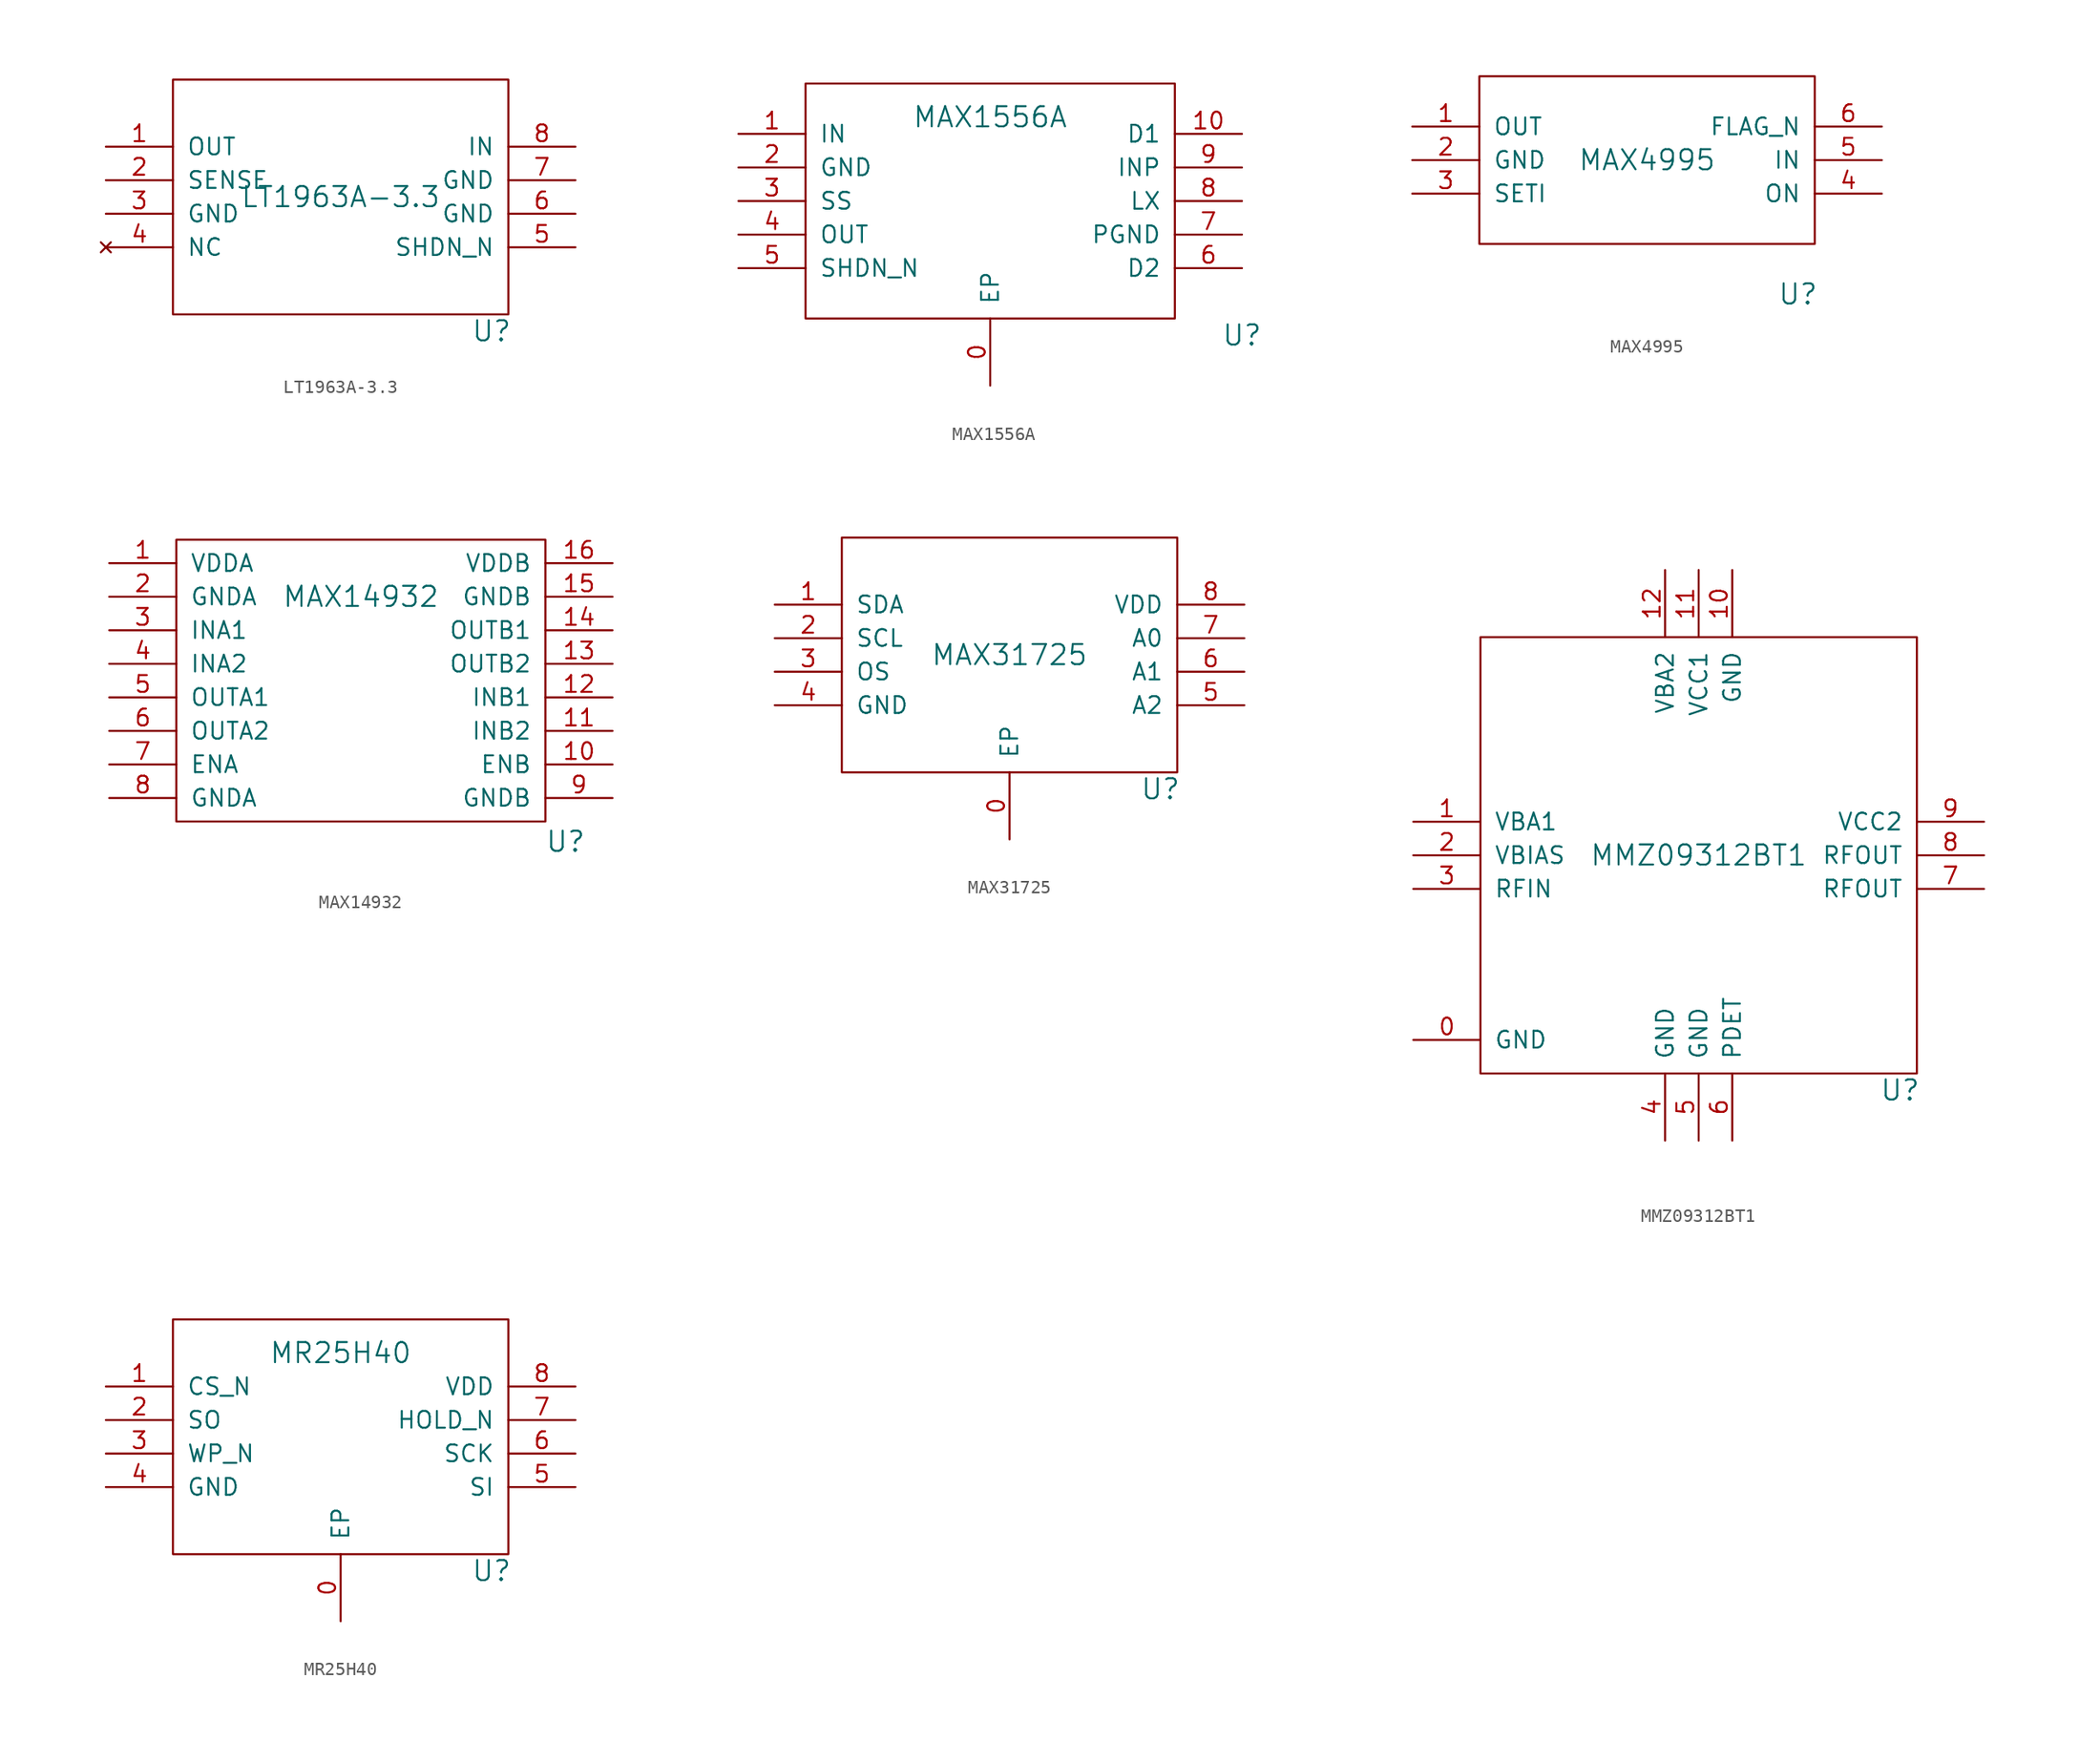
<source format=kicad_sym>
(kicad_symbol_lib
  (version 20220914)
  (generator kicad_symbol_editor)
  (symbol "LT1963A-3.3"
    (pin_names
      (offset 1.016))
    (property "Reference" "U"
      (at 11.43 -10.16 0)
      (effects (font (size 1.524 1.524))))
    (property "Value" "LT1963A-3.3"
      (at 0 0 0)
      (effects (font (size 1.524 1.524))))
    (symbol "LT1963A-3.3_0_1"
      (rectangle (start -12.7 8.89) (end 12.7 -8.89) (stroke (width 0) (type solid)) (fill (type none))))
    (symbol "LT1963A-3.3_1_1"
      (pin power_out line (at -17.78 3.81 0) (length 5.08) (name "OUT" (effects (font (size 1.27 1.27)))) (number "1" (effects (font (size 1.27 1.27)))))
      (pin input line (at -17.78 1.27 0) (length 5.08) (name "SENSE" (effects (font (size 1.27 1.27)))) (number "2" (effects (font (size 1.27 1.27)))))
      (pin power_in line (at -17.78 -1.27 0) (length 5.08) (name "GND" (effects (font (size 1.27 1.27)))) (number "3" (effects (font (size 1.27 1.27)))))
      (pin no_connect line (at -17.78 -3.81 0) (length 5.08) (name "NC" (effects (font (size 1.27 1.27)))) (number "4" (effects (font (size 1.27 1.27)))))
      (pin input line (at 17.78 -3.81 180) (length 5.08) (name "SHDN_N" (effects (font (size 1.27 1.27)))) (number "5" (effects (font (size 1.27 1.27)))))
      (pin power_in line (at 17.78 -1.27 180) (length 5.08) (name "GND" (effects (font (size 1.27 1.27)))) (number "6" (effects (font (size 1.27 1.27)))))
      (pin power_in line (at 17.78 1.27 180) (length 5.08) (name "GND" (effects (font (size 1.27 1.27)))) (number "7" (effects (font (size 1.27 1.27)))))
      (pin power_in line (at 17.78 3.81 180) (length 5.08) (name "IN" (effects (font (size 1.27 1.27)))) (number "8" (effects (font (size 1.27 1.27)))))))
  (symbol "MAX1556A"
    (pin_names
      (offset 1.016))
    (property "Reference" "U"
      (at 19.05 -10.16 0)
      (effects (font (size 1.524 1.524))))
    (property "Value" "MAX1556A"
      (at 0 6.35 0)
      (effects (font (size 1.524 1.524))))
    (symbol "MAX1556A_0_1"
      (rectangle (start -13.97 8.89) (end 13.97 -8.89) (stroke (width 0) (type solid)) (fill (type none))))
    (symbol "MAX1556A_1_1"
      (pin power_in line (at 0 -13.97 90) (length 5.08) (name "EP" (effects (font (size 1.27 1.27)))) (number "0" (effects (font (size 1.27 1.27)))))
      (pin power_in line (at -19.05 5.08 0) (length 5.08) (name "IN" (effects (font (size 1.27 1.27)))) (number "1" (effects (font (size 1.27 1.27)))))
      (pin input line (at 19.05 5.08 180) (length 5.08) (name "D1" (effects (font (size 1.27 1.27)))) (number "10" (effects (font (size 1.27 1.27)))))
      (pin power_in line (at -19.05 2.54 0) (length 5.08) (name "GND" (effects (font (size 1.27 1.27)))) (number "2" (effects (font (size 1.27 1.27)))))
      (pin passive line (at -19.05 0 0) (length 5.08) (name "SS" (effects (font (size 1.27 1.27)))) (number "3" (effects (font (size 1.27 1.27)))))
      (pin power_out line (at -19.05 -2.54 0) (length 5.08) (name "OUT" (effects (font (size 1.27 1.27)))) (number "4" (effects (font (size 1.27 1.27)))))
      (pin input line (at -19.05 -5.08 0) (length 5.08) (name "SHDN_N" (effects (font (size 1.27 1.27)))) (number "5" (effects (font (size 1.27 1.27)))))
      (pin input line (at 19.05 -5.08 180) (length 5.08) (name "D2" (effects (font (size 1.27 1.27)))) (number "6" (effects (font (size 1.27 1.27)))))
      (pin power_in line (at 19.05 -2.54 180) (length 5.08) (name "PGND" (effects (font (size 1.27 1.27)))) (number "7" (effects (font (size 1.27 1.27)))))
      (pin passive line (at 19.05 0 180) (length 5.08) (name "LX" (effects (font (size 1.27 1.27)))) (number "8" (effects (font (size 1.27 1.27)))))
      (pin power_in line (at 19.05 2.54 180) (length 5.08) (name "INP" (effects (font (size 1.27 1.27)))) (number "9" (effects (font (size 1.27 1.27)))))))
  (symbol "MAX4995"
    (pin_names
      (offset 1.016))
    (property "Reference" "U"
      (at 11.43 -10.16 0)
      (effects (font (size 1.524 1.524))))
    (property "Value" "MAX4995"
      (at 0 0 0)
      (effects (font (size 1.524 1.524))))
    (symbol "MAX4995_0_1"
      (rectangle (start -12.7 6.35) (end 12.7 -6.35) (stroke (width 0) (type solid)) (fill (type none))))
    (symbol "MAX4995_1_1"
      (pin power_out line (at -17.78 2.54 0) (length 5.08) (name "OUT" (effects (font (size 1.27 1.27)))) (number "1" (effects (font (size 1.27 1.27)))))
      (pin power_in line (at -17.78 0 0) (length 5.08) (name "GND" (effects (font (size 1.27 1.27)))) (number "2" (effects (font (size 1.27 1.27)))))
      (pin passive line (at -17.78 -2.54 0) (length 5.08) (name "SETI" (effects (font (size 1.27 1.27)))) (number "3" (effects (font (size 1.27 1.27)))))
      (pin input line (at 17.78 -2.54 180) (length 5.08) (name "ON" (effects (font (size 1.27 1.27)))) (number "4" (effects (font (size 1.27 1.27)))))
      (pin power_in line (at 17.78 0 180) (length 5.08) (name "IN" (effects (font (size 1.27 1.27)))) (number "5" (effects (font (size 1.27 1.27)))))
      (pin open_collector line (at 17.78 2.54 180) (length 5.08) (name "FLAG_N" (effects (font (size 1.27 1.27)))) (number "6" (effects (font (size 1.27 1.27)))))))
  (symbol "MAX14932"
    (pin_names
      (offset 1.016))
    (property "Reference" "U"
      (at 15.494 -12.192 0)
      (effects (font (size 1.524 1.524))))
    (property "Value" "MAX14932"
      (at 0 6.35 0)
      (effects (font (size 1.524 1.524))))
    (symbol "MAX14932_0_1"
      (rectangle (start -13.97 10.668) (end 13.97 -10.668) (stroke (width 0) (type solid)) (fill (type none))))
    (symbol "MAX14932_1_1"
      (pin power_in line (at -19.05 8.89 0) (length 5.08) (name "VDDA" (effects (font (size 1.27 1.27)))) (number "1" (effects (font (size 1.27 1.27)))))
      (pin passive line (at 19.05 -6.35 180) (length 5.08) (name "ENB" (effects (font (size 1.27 1.27)))) (number "10" (effects (font (size 1.27 1.27)))))
      (pin passive line (at 19.05 -3.81 180) (length 5.08) (name "INB2" (effects (font (size 1.27 1.27)))) (number "11" (effects (font (size 1.27 1.27)))))
      (pin passive line (at 19.05 -1.27 180) (length 5.08) (name "INB1" (effects (font (size 1.27 1.27)))) (number "12" (effects (font (size 1.27 1.27)))))
      (pin passive line (at 19.05 1.27 180) (length 5.08) (name "OUTB2" (effects (font (size 1.27 1.27)))) (number "13" (effects (font (size 1.27 1.27)))))
      (pin passive line (at 19.05 3.81 180) (length 5.08) (name "OUTB1" (effects (font (size 1.27 1.27)))) (number "14" (effects (font (size 1.27 1.27)))))
      (pin power_in line (at 19.05 6.35 180) (length 5.08) (name "GNDB" (effects (font (size 1.27 1.27)))) (number "15" (effects (font (size 1.27 1.27)))))
      (pin power_in line (at 19.05 8.89 180) (length 5.08) (name "VDDB" (effects (font (size 1.27 1.27)))) (number "16" (effects (font (size 1.27 1.27)))))
      (pin power_in line (at -19.05 6.35 0) (length 5.08) (name "GNDA" (effects (font (size 1.27 1.27)))) (number "2" (effects (font (size 1.27 1.27)))))
      (pin passive line (at -19.05 3.81 0) (length 5.08) (name "INA1" (effects (font (size 1.27 1.27)))) (number "3" (effects (font (size 1.27 1.27)))))
      (pin passive line (at -19.05 1.27 0) (length 5.08) (name "INA2" (effects (font (size 1.27 1.27)))) (number "4" (effects (font (size 1.27 1.27)))))
      (pin passive line (at -19.05 -1.27 0) (length 5.08) (name "OUTA1" (effects (font (size 1.27 1.27)))) (number "5" (effects (font (size 1.27 1.27)))))
      (pin passive line (at -19.05 -3.81 0) (length 5.08) (name "OUTA2" (effects (font (size 1.27 1.27)))) (number "6" (effects (font (size 1.27 1.27)))))
      (pin passive line (at -19.05 -6.35 0) (length 5.08) (name "ENA" (effects (font (size 1.27 1.27)))) (number "7" (effects (font (size 1.27 1.27)))))
      (pin power_in line (at -19.05 -8.89 0) (length 5.08) (name "GNDA" (effects (font (size 1.27 1.27)))) (number "8" (effects (font (size 1.27 1.27)))))
      (pin power_in line (at 19.05 -8.89 180) (length 5.08) (name "GNDB" (effects (font (size 1.27 1.27)))) (number "9" (effects (font (size 1.27 1.27)))))))
  (symbol "MAX31725"
    (pin_names
      (offset 1.016))
    (property "Reference" "U"
      (at 11.43 -10.16 0)
      (effects (font (size 1.524 1.524))))
    (property "Value" "MAX31725"
      (at 0 0 0)
      (effects (font (size 1.524 1.524))))
    (symbol "MAX31725_0_1"
      (rectangle (start -12.7 8.89) (end 12.7 -8.89) (stroke (width 0) (type solid)) (fill (type none))))
    (symbol "MAX31725_1_1"
      (pin input line (at 0 -13.97 90) (length 5.08) (name "EP" (effects (font (size 1.27 1.27)))) (number "0" (effects (font (size 1.27 1.27)))))
      (pin input line (at -17.78 3.81 0) (length 5.08) (name "SDA" (effects (font (size 1.27 1.27)))) (number "1" (effects (font (size 1.27 1.27)))))
      (pin input line (at -17.78 1.27 0) (length 5.08) (name "SCL" (effects (font (size 1.27 1.27)))) (number "2" (effects (font (size 1.27 1.27)))))
      (pin input line (at -17.78 -1.27 0) (length 5.08) (name "OS" (effects (font (size 1.27 1.27)))) (number "3" (effects (font (size 1.27 1.27)))))
      (pin input line (at -17.78 -3.81 0) (length 5.08) (name "GND" (effects (font (size 1.27 1.27)))) (number "4" (effects (font (size 1.27 1.27)))))
      (pin input line (at 17.78 -3.81 180) (length 5.08) (name "A2" (effects (font (size 1.27 1.27)))) (number "5" (effects (font (size 1.27 1.27)))))
      (pin input line (at 17.78 -1.27 180) (length 5.08) (name "A1" (effects (font (size 1.27 1.27)))) (number "6" (effects (font (size 1.27 1.27)))))
      (pin input line (at 17.78 1.27 180) (length 5.08) (name "A0" (effects (font (size 1.27 1.27)))) (number "7" (effects (font (size 1.27 1.27)))))
      (pin input line (at 17.78 3.81 180) (length 5.08) (name "VDD" (effects (font (size 1.27 1.27)))) (number "8" (effects (font (size 1.27 1.27)))))))
  (symbol "MMZ09312BT1"
    (pin_names
      (offset 1.016))
    (property "Reference" "U"
      (at 15.24 -17.78 0)
      (effects (font (size 1.524 1.524))))
    (property "Value" "MMZ09312BT1"
      (at 0 0 0)
      (effects (font (size 1.524 1.524))))
    (symbol "MMZ09312BT1_0_1"
      (rectangle (start -16.51 16.51) (end 16.51 -16.51) (stroke (width 0) (type solid)) (fill (type none))))
    (symbol "MMZ09312BT1_1_1"
      (pin input line (at -21.59 -13.97 0) (length 5.08) (name "GND" (effects (font (size 1.27 1.27)))) (number "0" (effects (font (size 1.27 1.27)))))
      (pin input line (at -21.59 2.54 0) (length 5.08) (name "VBA1" (effects (font (size 1.27 1.27)))) (number "1" (effects (font (size 1.27 1.27)))))
      (pin input line (at 2.54 21.59 270) (length 5.08) (name "GND" (effects (font (size 1.27 1.27)))) (number "10" (effects (font (size 1.27 1.27)))))
      (pin input line (at 0 21.59 270) (length 5.08) (name "VCC1" (effects (font (size 1.27 1.27)))) (number "11" (effects (font (size 1.27 1.27)))))
      (pin input line (at -2.54 21.59 270) (length 5.08) (name "VBA2" (effects (font (size 1.27 1.27)))) (number "12" (effects (font (size 1.27 1.27)))))
      (pin input line (at -21.59 0 0) (length 5.08) (name "VBIAS" (effects (font (size 1.27 1.27)))) (number "2" (effects (font (size 1.27 1.27)))))
      (pin passive line (at -21.59 -2.54 0) (length 5.08) (name "RFIN" (effects (font (size 1.27 1.27)))) (number "3" (effects (font (size 1.27 1.27)))))
      (pin input line (at -2.54 -21.59 90) (length 5.08) (name "GND" (effects (font (size 1.27 1.27)))) (number "4" (effects (font (size 1.27 1.27)))))
      (pin input line (at 0 -21.59 90) (length 5.08) (name "GND" (effects (font (size 1.27 1.27)))) (number "5" (effects (font (size 1.27 1.27)))))
      (pin output line (at 2.54 -21.59 90) (length 5.08) (name "PDET" (effects (font (size 1.27 1.27)))) (number "6" (effects (font (size 1.27 1.27)))))
      (pin open_emitter line (at 21.59 -2.54 180) (length 5.08) (name "RFOUT" (effects (font (size 1.27 1.27)))) (number "7" (effects (font (size 1.27 1.27)))))
      (pin open_emitter line (at 21.59 0 180) (length 5.08) (name "RFOUT" (effects (font (size 1.27 1.27)))) (number "8" (effects (font (size 1.27 1.27)))))
      (pin input line (at 21.59 2.54 180) (length 5.08) (name "VCC2" (effects (font (size 1.27 1.27)))) (number "9" (effects (font (size 1.27 1.27)))))))
  (symbol "MR25H40"
    (pin_names
      (offset 1.016))
    (property "Reference" "U"
      (at 11.43 -10.16 0)
      (effects (font (size 1.524 1.524))))
    (property "Value" "MR25H40"
      (at 0 6.35 0)
      (effects (font (size 1.524 1.524))))
    (symbol "MR25H40_0_1"
      (rectangle (start -12.7 8.89) (end 12.7 -8.89) (stroke (width 0) (type solid)) (fill (type none))))
    (symbol "MR25H40_1_1"
      (pin power_in line (at 0 -13.97 90) (length 5.08) (name "EP" (effects (font (size 1.27 1.27)))) (number "0" (effects (font (size 1.27 1.27)))))
      (pin input line (at -17.78 3.81 0) (length 5.08) (name "CS_N" (effects (font (size 1.27 1.27)))) (number "1" (effects (font (size 1.27 1.27)))))
      (pin output line (at -17.78 1.27 0) (length 5.08) (name "SO" (effects (font (size 1.27 1.27)))) (number "2" (effects (font (size 1.27 1.27)))))
      (pin input line (at -17.78 -1.27 0) (length 5.08) (name "WP_N" (effects (font (size 1.27 1.27)))) (number "3" (effects (font (size 1.27 1.27)))))
      (pin power_in line (at -17.78 -3.81 0) (length 5.08) (name "GND" (effects (font (size 1.27 1.27)))) (number "4" (effects (font (size 1.27 1.27)))))
      (pin input line (at 17.78 -3.81 180) (length 5.08) (name "SI" (effects (font (size 1.27 1.27)))) (number "5" (effects (font (size 1.27 1.27)))))
      (pin input line (at 17.78 -1.27 180) (length 5.08) (name "SCK" (effects (font (size 1.27 1.27)))) (number "6" (effects (font (size 1.27 1.27)))))
      (pin input line (at 17.78 1.27 180) (length 5.08) (name "HOLD_N" (effects (font (size 1.27 1.27)))) (number "7" (effects (font (size 1.27 1.27)))))
      (pin power_in line (at 17.78 3.81 180) (length 5.08) (name "VDD" (effects (font (size 1.27 1.27)))) (number "8" (effects (font (size 1.27 1.27))))))))
</source>
